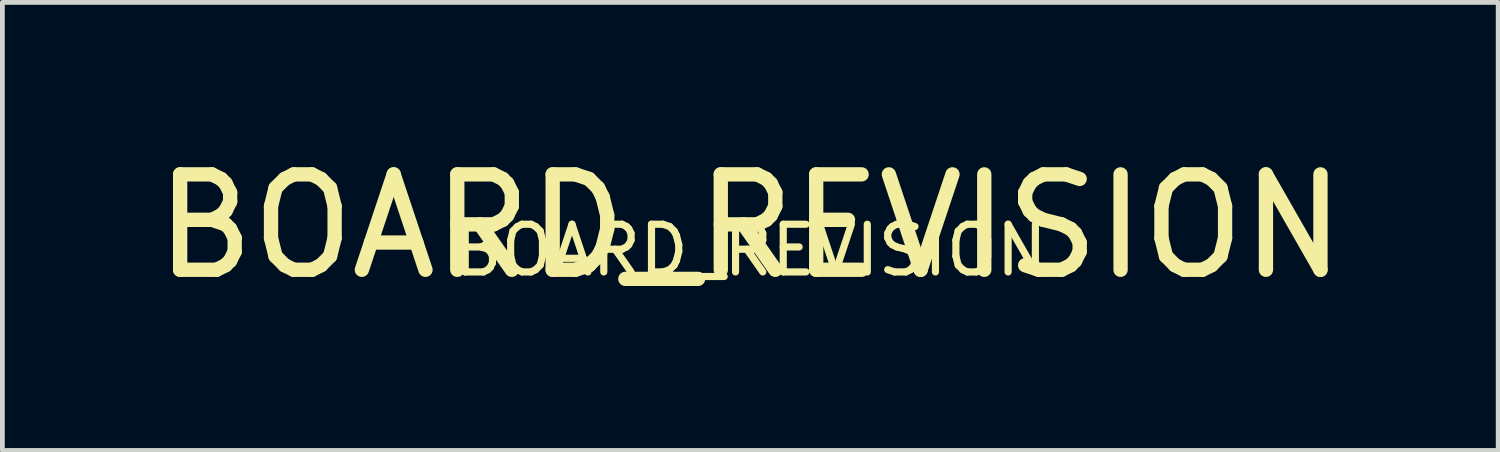
<source format=kicad_pcb>
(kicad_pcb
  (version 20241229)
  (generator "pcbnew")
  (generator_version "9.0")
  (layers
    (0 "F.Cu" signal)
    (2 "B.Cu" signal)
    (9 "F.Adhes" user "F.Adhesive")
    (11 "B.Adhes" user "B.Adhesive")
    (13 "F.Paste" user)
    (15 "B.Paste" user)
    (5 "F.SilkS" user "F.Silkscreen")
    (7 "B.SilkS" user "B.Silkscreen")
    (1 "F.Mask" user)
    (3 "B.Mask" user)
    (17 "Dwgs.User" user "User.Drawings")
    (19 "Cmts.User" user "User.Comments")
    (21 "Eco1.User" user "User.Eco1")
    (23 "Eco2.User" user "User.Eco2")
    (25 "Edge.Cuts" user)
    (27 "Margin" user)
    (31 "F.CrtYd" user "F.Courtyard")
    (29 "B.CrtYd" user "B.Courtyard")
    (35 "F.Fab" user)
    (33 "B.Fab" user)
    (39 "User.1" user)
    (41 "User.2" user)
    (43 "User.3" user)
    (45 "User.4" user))
  (footprint "BOARD_REVISION"
    (layer "F.Cu")
    (at 12.679 1.696)
    (property "Reference" "BOARD_REVISION" (at 0 0.5 0) (layer "F.SilkS") (effects (font (size 1 1) (thickness 0.15))))
    (attr through_hole)
    (fp_text user "BOARD_REVISION" (at 0 0 0) (layer "F.SilkS") (effects (font (size 2 2) (thickness 0.3)))))
  (gr_rect
    (start -3 -3)
    (end 28.357 6.393)
    (stroke (width 0.1) (type default))
    (fill no)
    (layer "Edge.Cuts")))
</source>
